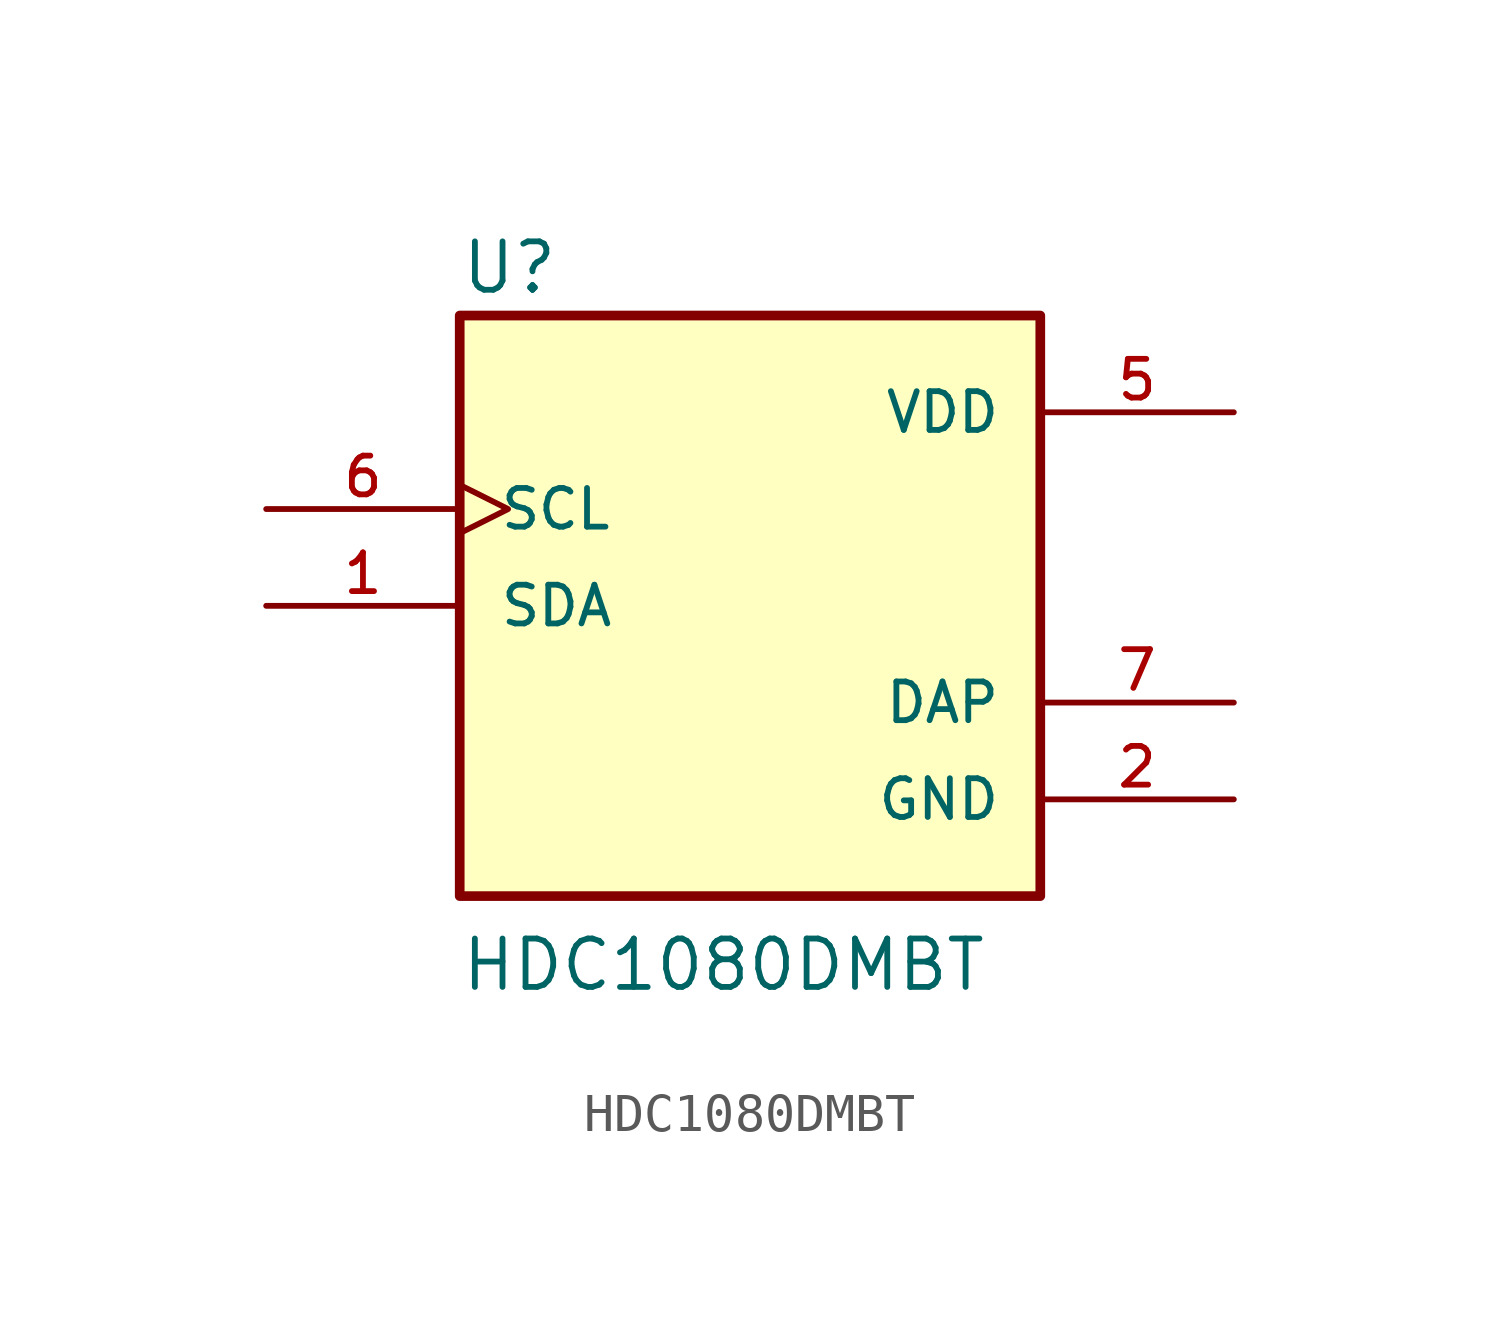
<source format=kicad_sym>
(kicad_symbol_lib
  (version 20211014)
  (generator kicad_symbol_editor)
  (symbol "HDC1080DMBT"
    (pin_names
      (offset 1.016))
    (property "Reference" "U"
      (at -7.624 8.133 0)
      (effects (font (size 1.27 1.27)) (justify bottom left)))
    (property "Value" "HDC1080DMBT"
      (at -7.625 -10.167 0)
      (effects (font (size 1.27 1.27)) (justify bottom left)))
    (symbol "HDC1080DMBT_0_0"
      (rectangle (start -7.62 -7.62) (end 7.62 7.62) (stroke (width 0.254)) (fill (type background)))
      (pin bidirectional line (at -12.7 0.0 0) (length 5.08) (name "SDA" (effects (font (size 1.016 1.016)))) (number "1" (effects (font (size 1.016 1.016)))))
      (pin power_in line (at 12.7 -5.08 180.0) (length 5.08) (name "GND" (effects (font (size 1.016 1.016)))) (number "2" (effects (font (size 1.016 1.016)))))
      (pin power_in line (at 12.7 5.08 180.0) (length 5.08) (name "VDD" (effects (font (size 1.016 1.016)))) (number "5" (effects (font (size 1.016 1.016)))))
      (pin input clock (at -12.7 2.54 0) (length 5.08) (name "SCL" (effects (font (size 1.016 1.016)))) (number "6" (effects (font (size 1.016 1.016)))))
      (pin power_in line (at 12.7 -2.54 180.0) (length 5.08) (name "DAP" (effects (font (size 1.016 1.016)))) (number "7" (effects (font (size 1.016 1.016))))))))
</source>
